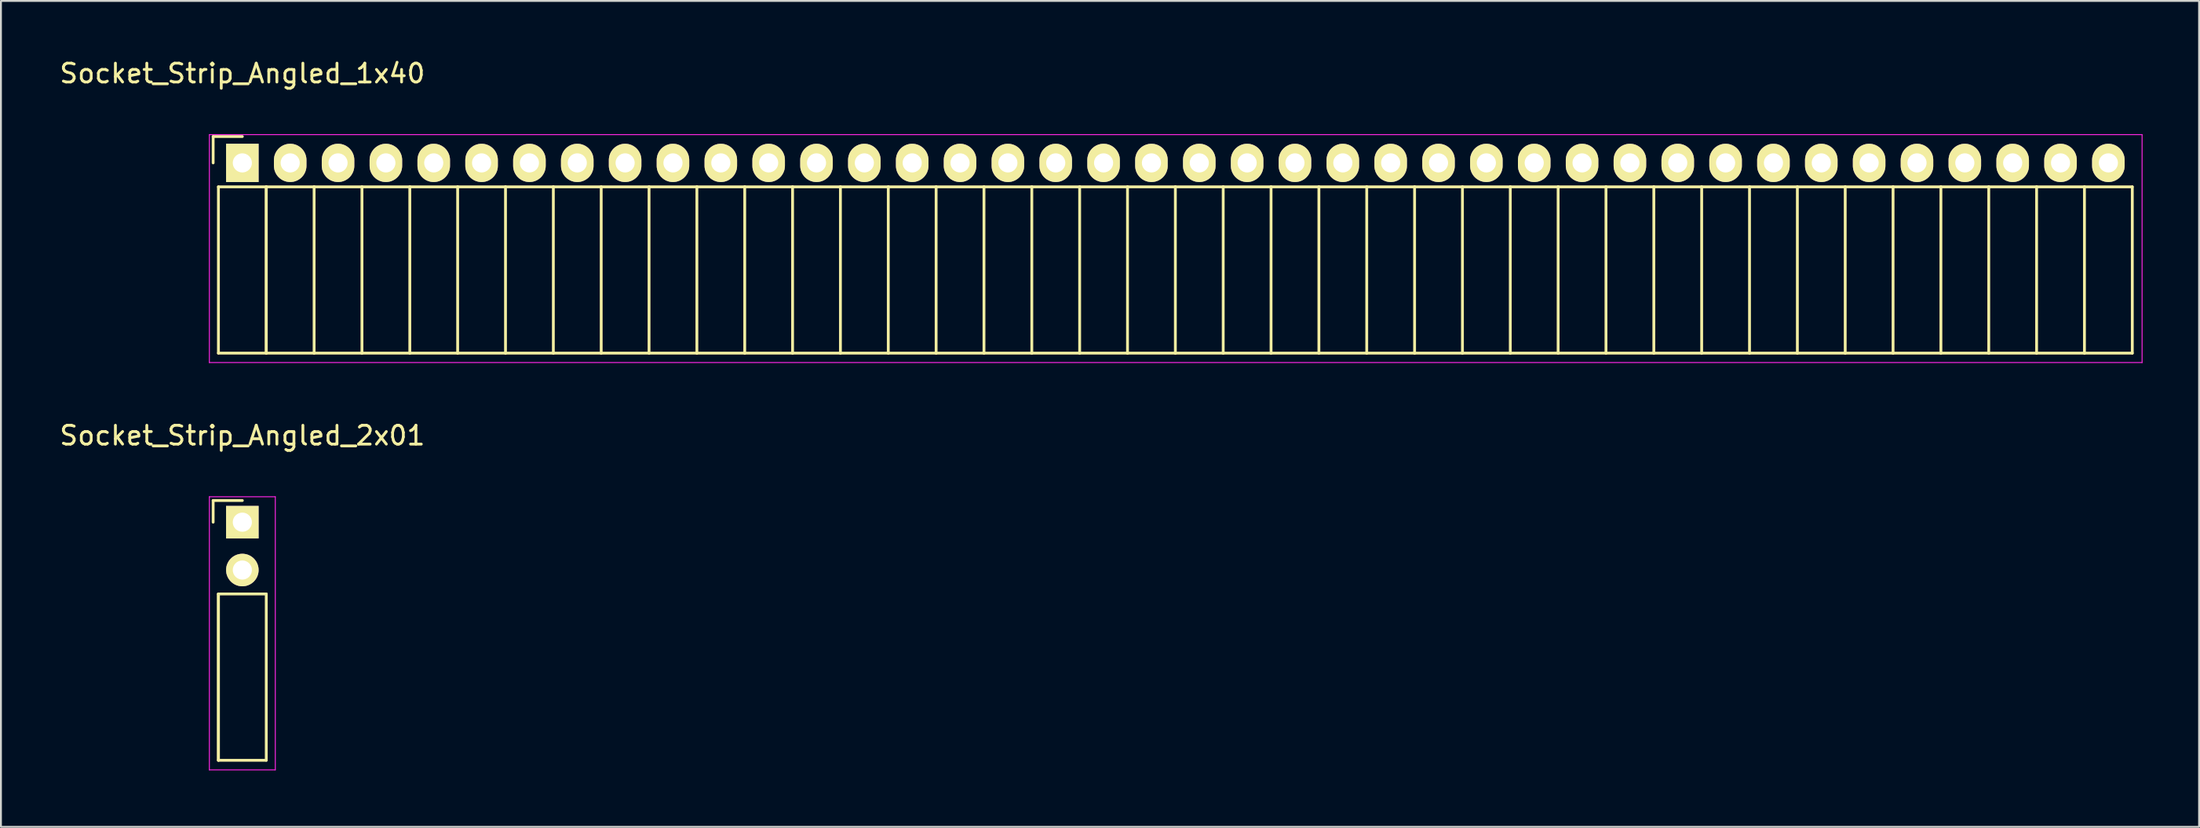
<source format=kicad_pcb>
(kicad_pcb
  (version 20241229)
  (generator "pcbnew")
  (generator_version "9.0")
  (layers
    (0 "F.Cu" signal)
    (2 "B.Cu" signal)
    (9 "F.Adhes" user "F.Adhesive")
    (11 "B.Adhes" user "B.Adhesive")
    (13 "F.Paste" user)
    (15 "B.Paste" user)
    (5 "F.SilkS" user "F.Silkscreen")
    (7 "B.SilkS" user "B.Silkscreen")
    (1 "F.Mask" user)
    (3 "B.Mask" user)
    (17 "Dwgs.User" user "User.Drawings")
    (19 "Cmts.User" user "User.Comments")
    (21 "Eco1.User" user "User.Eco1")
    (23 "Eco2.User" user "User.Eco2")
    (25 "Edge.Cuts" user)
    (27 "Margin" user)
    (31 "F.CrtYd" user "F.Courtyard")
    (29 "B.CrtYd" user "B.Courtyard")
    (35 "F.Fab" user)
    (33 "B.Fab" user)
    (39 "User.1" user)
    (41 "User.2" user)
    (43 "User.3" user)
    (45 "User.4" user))
  (footprint "Socket_Strip_Angled_2x01"
    (layer "F.Cu")
    (at 9.815 24.672)
    (property "Reference" "Socket_Strip_Angled_2x01" (at 0 -4.6 0) (layer "F.SilkS") (effects (font (size 1 1) (thickness 0.15))))
    (attr through_hole)
    (fp_line (start -1.55 -1.15) (end -1.55 0) (stroke (width 0.15) (type solid)) (layer "F.SilkS"))
    (fp_line (start -1.27 3.81) (end -1.27 12.64) (stroke (width 0.15) (type solid)) (layer "F.SilkS"))
    (fp_line (start -1.27 12.64) (end -1.27 3.81) (stroke (width 0.15) (type solid)) (layer "F.SilkS"))
    (fp_line (start 0 -1.15) (end -1.55 -1.15) (stroke (width 0.15) (type solid)) (layer "F.SilkS"))
    (fp_line (start 1.27 3.81) (end -1.27 3.81) (stroke (width 0.15) (type solid)) (layer "F.SilkS"))
    (fp_line (start 1.27 3.81) (end 1.27 12.64) (stroke (width 0.15) (type solid)) (layer "F.SilkS"))
    (fp_line (start 1.27 12.64) (end -1.27 12.64) (stroke (width 0.15) (type solid)) (layer "F.SilkS"))
    (fp_line (start -1.75 -1.35) (end -1.75 13.15) (stroke (width 0.05) (type solid)) (layer "F.CrtYd"))
    (fp_line (start -1.75 -1.35) (end 1.75 -1.35) (stroke (width 0.05) (type solid)) (layer "F.CrtYd"))
    (fp_line (start -1.75 13.15) (end 1.75 13.15) (stroke (width 0.05) (type solid)) (layer "F.CrtYd"))
    (fp_line (start 1.75 -1.35) (end 1.75 13.15) (stroke (width 0.05) (type solid)) (layer "F.CrtYd"))
    (pad "1" thru_hole rect (at 0 0) (size 1.727 1.727) (drill 1.016) (layers "*.Cu" "*.Mask" "F.SilkS"))
    (pad "2" thru_hole oval (at 0 2.54) (size 1.727 1.727) (drill 1.016) (layers "*.Cu" "*.Mask" "F.SilkS")))
  (footprint "Socket_Strip_Angled_1x40"
    (layer "F.Cu")
    (at 9.815 5.598)
    (property "Reference" "Socket_Strip_Angled_1x40" (at 0 -4.75 0) (layer "F.SilkS") (effects (font (size 1 1) (thickness 0.15))))
    (attr through_hole)
    (fp_line (start -1.55 -1.4) (end -1.55 0) (stroke (width 0.15) (type solid)) (layer "F.SilkS"))
    (fp_line (start -1.27 1.27) (end -1.27 10.1) (stroke (width 0.15) (type solid)) (layer "F.SilkS"))
    (fp_line (start -1.27 1.27) (end 1.27 1.27) (stroke (width 0.15) (type solid)) (layer "F.SilkS"))
    (fp_line (start -1.27 10.1) (end 1.27 10.1) (stroke (width 0.15) (type solid)) (layer "F.SilkS"))
    (fp_line (start 0 -1.4) (end -1.55 -1.4) (stroke (width 0.15) (type solid)) (layer "F.SilkS"))
    (fp_line (start 1.27 1.27) (end 1.27 10.1) (stroke (width 0.15) (type solid)) (layer "F.SilkS"))
    (fp_line (start 1.27 1.27) (end 3.81 1.27) (stroke (width 0.15) (type solid)) (layer "F.SilkS"))
    (fp_line (start 1.27 10.1) (end 1.27 1.27) (stroke (width 0.15) (type solid)) (layer "F.SilkS"))
    (fp_line (start 1.27 10.1) (end 3.81 10.1) (stroke (width 0.15) (type solid)) (layer "F.SilkS"))
    (fp_line (start 3.81 1.27) (end 6.35 1.27) (stroke (width 0.15) (type solid)) (layer "F.SilkS"))
    (fp_line (start 3.81 10.1) (end 3.81 1.27) (stroke (width 0.15) (type solid)) (layer "F.SilkS"))
    (fp_line (start 3.81 10.1) (end 6.35 10.1) (stroke (width 0.15) (type solid)) (layer "F.SilkS"))
    (fp_line (start 6.35 1.27) (end 8.89 1.27) (stroke (width 0.15) (type solid)) (layer "F.SilkS"))
    (fp_line (start 6.35 10.1) (end 6.35 1.27) (stroke (width 0.15) (type solid)) (layer "F.SilkS"))
    (fp_line (start 6.35 10.1) (end 8.89 10.1) (stroke (width 0.15) (type solid)) (layer "F.SilkS"))
    (fp_line (start 8.89 1.27) (end 11.43 1.27) (stroke (width 0.15) (type solid)) (layer "F.SilkS"))
    (fp_line (start 8.89 10.1) (end 8.89 1.27) (stroke (width 0.15) (type solid)) (layer "F.SilkS"))
    (fp_line (start 8.89 10.1) (end 11.43 10.1) (stroke (width 0.15) (type solid)) (layer "F.SilkS"))
    (fp_line (start 11.43 1.27) (end 13.97 1.27) (stroke (width 0.15) (type solid)) (layer "F.SilkS"))
    (fp_line (start 11.43 10.1) (end 11.43 1.27) (stroke (width 0.15) (type solid)) (layer "F.SilkS"))
    (fp_line (start 11.43 10.1) (end 13.97 10.1) (stroke (width 0.15) (type solid)) (layer "F.SilkS"))
    (fp_line (start 13.97 1.27) (end 16.51 1.27) (stroke (width 0.15) (type solid)) (layer "F.SilkS"))
    (fp_line (start 13.97 10.1) (end 13.97 1.27) (stroke (width 0.15) (type solid)) (layer "F.SilkS"))
    (fp_line (start 13.97 10.1) (end 16.51 10.1) (stroke (width 0.15) (type solid)) (layer "F.SilkS"))
    (fp_line (start 16.51 1.27) (end 19.05 1.27) (stroke (width 0.15) (type solid)) (layer "F.SilkS"))
    (fp_line (start 16.51 10.1) (end 16.51 1.27) (stroke (width 0.15) (type solid)) (layer "F.SilkS"))
    (fp_line (start 16.51 10.1) (end 19.05 10.1) (stroke (width 0.15) (type solid)) (layer "F.SilkS"))
    (fp_line (start 19.05 1.27) (end 21.59 1.27) (stroke (width 0.15) (type solid)) (layer "F.SilkS"))
    (fp_line (start 19.05 10.1) (end 19.05 1.27) (stroke (width 0.15) (type solid)) (layer "F.SilkS"))
    (fp_line (start 19.05 10.1) (end 21.59 10.1) (stroke (width 0.15) (type solid)) (layer "F.SilkS"))
    (fp_line (start 21.59 1.27) (end 24.13 1.27) (stroke (width 0.15) (type solid)) (layer "F.SilkS"))
    (fp_line (start 21.59 10.1) (end 21.59 1.27) (stroke (width 0.15) (type solid)) (layer "F.SilkS"))
    (fp_line (start 21.59 10.1) (end 24.13 10.1) (stroke (width 0.15) (type solid)) (layer "F.SilkS"))
    (fp_line (start 24.13 1.27) (end 26.67 1.27) (stroke (width 0.15) (type solid)) (layer "F.SilkS"))
    (fp_line (start 24.13 10.1) (end 24.13 1.27) (stroke (width 0.15) (type solid)) (layer "F.SilkS"))
    (fp_line (start 24.13 10.1) (end 26.67 10.1) (stroke (width 0.15) (type solid)) (layer "F.SilkS"))
    (fp_line (start 26.67 1.27) (end 29.21 1.27) (stroke (width 0.15) (type solid)) (layer "F.SilkS"))
    (fp_line (start 26.67 10.1) (end 26.67 1.27) (stroke (width 0.15) (type solid)) (layer "F.SilkS"))
    (fp_line (start 26.67 10.1) (end 29.21 10.1) (stroke (width 0.15) (type solid)) (layer "F.SilkS"))
    (fp_line (start 29.21 1.27) (end 31.75 1.27) (stroke (width 0.15) (type solid)) (layer "F.SilkS"))
    (fp_line (start 29.21 10.1) (end 29.21 1.27) (stroke (width 0.15) (type solid)) (layer "F.SilkS"))
    (fp_line (start 29.21 10.1) (end 31.75 10.1) (stroke (width 0.15) (type solid)) (layer "F.SilkS"))
    (fp_line (start 31.75 1.27) (end 34.29 1.27) (stroke (width 0.15) (type solid)) (layer "F.SilkS"))
    (fp_line (start 31.75 10.1) (end 31.75 1.27) (stroke (width 0.15) (type solid)) (layer "F.SilkS"))
    (fp_line (start 31.75 10.1) (end 34.29 10.1) (stroke (width 0.15) (type solid)) (layer "F.SilkS"))
    (fp_line (start 34.29 1.27) (end 36.83 1.27) (stroke (width 0.15) (type solid)) (layer "F.SilkS"))
    (fp_line (start 34.29 10.1) (end 34.29 1.27) (stroke (width 0.15) (type solid)) (layer "F.SilkS"))
    (fp_line (start 34.29 10.1) (end 36.83 10.1) (stroke (width 0.15) (type solid)) (layer "F.SilkS"))
    (fp_line (start 36.83 1.27) (end 39.37 1.27) (stroke (width 0.15) (type solid)) (layer "F.SilkS"))
    (fp_line (start 36.83 10.1) (end 36.83 1.27) (stroke (width 0.15) (type solid)) (layer "F.SilkS"))
    (fp_line (start 36.83 10.1) (end 39.37 10.1) (stroke (width 0.15) (type solid)) (layer "F.SilkS"))
    (fp_line (start 39.37 1.27) (end 41.91 1.27) (stroke (width 0.15) (type solid)) (layer "F.SilkS"))
    (fp_line (start 39.37 10.1) (end 39.37 1.27) (stroke (width 0.15) (type solid)) (layer "F.SilkS"))
    (fp_line (start 39.37 10.1) (end 41.91 10.1) (stroke (width 0.15) (type solid)) (layer "F.SilkS"))
    (fp_line (start 41.91 1.27) (end 44.45 1.27) (stroke (width 0.15) (type solid)) (layer "F.SilkS"))
    (fp_line (start 41.91 10.1) (end 41.91 1.27) (stroke (width 0.15) (type solid)) (layer "F.SilkS"))
    (fp_line (start 41.91 10.1) (end 44.45 10.1) (stroke (width 0.15) (type solid)) (layer "F.SilkS"))
    (fp_line (start 44.45 1.27) (end 46.99 1.27) (stroke (width 0.15) (type solid)) (layer "F.SilkS"))
    (fp_line (start 44.45 10.1) (end 44.45 1.27) (stroke (width 0.15) (type solid)) (layer "F.SilkS"))
    (fp_line (start 44.45 10.1) (end 46.99 10.1) (stroke (width 0.15) (type solid)) (layer "F.SilkS"))
    (fp_line (start 46.99 1.27) (end 49.53 1.27) (stroke (width 0.15) (type solid)) (layer "F.SilkS"))
    (fp_line (start 46.99 10.1) (end 46.99 1.27) (stroke (width 0.15) (type solid)) (layer "F.SilkS"))
    (fp_line (start 46.99 10.1) (end 49.53 10.1) (stroke (width 0.15) (type solid)) (layer "F.SilkS"))
    (fp_line (start 49.53 1.27) (end 52.07 1.27) (stroke (width 0.15) (type solid)) (layer "F.SilkS"))
    (fp_line (start 49.53 10.1) (end 49.53 1.27) (stroke (width 0.15) (type solid)) (layer "F.SilkS"))
    (fp_line (start 49.53 10.1) (end 52.07 10.1) (stroke (width 0.15) (type solid)) (layer "F.SilkS"))
    (fp_line (start 52.07 1.27) (end 54.61 1.27) (stroke (width 0.15) (type solid)) (layer "F.SilkS"))
    (fp_line (start 52.07 10.1) (end 52.07 1.27) (stroke (width 0.15) (type solid)) (layer "F.SilkS"))
    (fp_line (start 52.07 10.1) (end 54.61 10.1) (stroke (width 0.15) (type solid)) (layer "F.SilkS"))
    (fp_line (start 54.61 1.27) (end 57.15 1.27) (stroke (width 0.15) (type solid)) (layer "F.SilkS"))
    (fp_line (start 54.61 10.1) (end 54.61 1.27) (stroke (width 0.15) (type solid)) (layer "F.SilkS"))
    (fp_line (start 54.61 10.1) (end 57.15 10.1) (stroke (width 0.15) (type solid)) (layer "F.SilkS"))
    (fp_line (start 57.15 1.27) (end 59.69 1.27) (stroke (width 0.15) (type solid)) (layer "F.SilkS"))
    (fp_line (start 57.15 10.1) (end 57.15 1.27) (stroke (width 0.15) (type solid)) (layer "F.SilkS"))
    (fp_line (start 57.15 10.1) (end 59.69 10.1) (stroke (width 0.15) (type solid)) (layer "F.SilkS"))
    (fp_line (start 59.69 1.27) (end 62.23 1.27) (stroke (width 0.15) (type solid)) (layer "F.SilkS"))
    (fp_line (start 59.69 10.1) (end 59.69 1.27) (stroke (width 0.15) (type solid)) (layer "F.SilkS"))
    (fp_line (start 59.69 10.1) (end 62.23 10.1) (stroke (width 0.15) (type solid)) (layer "F.SilkS"))
    (fp_line (start 62.23 1.27) (end 64.77 1.27) (stroke (width 0.15) (type solid)) (layer "F.SilkS"))
    (fp_line (start 62.23 10.1) (end 62.23 1.27) (stroke (width 0.15) (type solid)) (layer "F.SilkS"))
    (fp_line (start 62.23 10.1) (end 64.77 10.1) (stroke (width 0.15) (type solid)) (layer "F.SilkS"))
    (fp_line (start 64.77 1.27) (end 67.31 1.27) (stroke (width 0.15) (type solid)) (layer "F.SilkS"))
    (fp_line (start 64.77 10.1) (end 64.77 1.27) (stroke (width 0.15) (type solid)) (layer "F.SilkS"))
    (fp_line (start 64.77 10.1) (end 67.31 10.1) (stroke (width 0.15) (type solid)) (layer "F.SilkS"))
    (fp_line (start 67.31 1.27) (end 69.85 1.27) (stroke (width 0.15) (type solid)) (layer "F.SilkS"))
    (fp_line (start 67.31 10.1) (end 67.31 1.27) (stroke (width 0.15) (type solid)) (layer "F.SilkS"))
    (fp_line (start 67.31 10.1) (end 69.85 10.1) (stroke (width 0.15) (type solid)) (layer "F.SilkS"))
    (fp_line (start 69.85 1.27) (end 72.39 1.27) (stroke (width 0.15) (type solid)) (layer "F.SilkS"))
    (fp_line (start 69.85 10.1) (end 69.85 1.27) (stroke (width 0.15) (type solid)) (layer "F.SilkS"))
    (fp_line (start 69.85 10.1) (end 72.39 10.1) (stroke (width 0.15) (type solid)) (layer "F.SilkS"))
    (fp_line (start 72.39 1.27) (end 74.93 1.27) (stroke (width 0.15) (type solid)) (layer "F.SilkS"))
    (fp_line (start 72.39 10.1) (end 72.39 1.27) (stroke (width 0.15) (type solid)) (layer "F.SilkS"))
    (fp_line (start 72.39 10.1) (end 74.93 10.1) (stroke (width 0.15) (type solid)) (layer "F.SilkS"))
    (fp_line (start 74.93 1.27) (end 77.47 1.27) (stroke (width 0.15) (type solid)) (layer "F.SilkS"))
    (fp_line (start 74.93 10.1) (end 74.93 1.27) (stroke (width 0.15) (type solid)) (layer "F.SilkS"))
    (fp_line (start 74.93 10.1) (end 77.47 10.1) (stroke (width 0.15) (type solid)) (layer "F.SilkS"))
    (fp_line (start 77.47 1.27) (end 80.01 1.27) (stroke (width 0.15) (type solid)) (layer "F.SilkS"))
    (fp_line (start 77.47 10.1) (end 77.47 1.27) (stroke (width 0.15) (type solid)) (layer "F.SilkS"))
    (fp_line (start 77.47 10.1) (end 80.01 10.1) (stroke (width 0.15) (type solid)) (layer "F.SilkS"))
    (fp_line (start 80.01 1.27) (end 82.55 1.27) (stroke (width 0.15) (type solid)) (layer "F.SilkS"))
    (fp_line (start 80.01 10.1) (end 80.01 1.27) (stroke (width 0.15) (type solid)) (layer "F.SilkS"))
    (fp_line (start 80.01 10.1) (end 82.55 10.1) (stroke (width 0.15) (type solid)) (layer "F.SilkS"))
    (fp_line (start 82.55 1.27) (end 85.09 1.27) (stroke (width 0.15) (type solid)) (layer "F.SilkS"))
    (fp_line (start 82.55 10.1) (end 82.55 1.27) (stroke (width 0.15) (type solid)) (layer "F.SilkS"))
    (fp_line (start 82.55 10.1) (end 85.09 10.1) (stroke (width 0.15) (type solid)) (layer "F.SilkS"))
    (fp_line (start 85.09 1.27) (end 87.63 1.27) (stroke (width 0.15) (type solid)) (layer "F.SilkS"))
    (fp_line (start 85.09 10.1) (end 85.09 1.27) (stroke (width 0.15) (type solid)) (layer "F.SilkS"))
    (fp_line (start 85.09 10.1) (end 87.63 10.1) (stroke (width 0.15) (type solid)) (layer "F.SilkS"))
    (fp_line (start 87.63 1.27) (end 90.17 1.27) (stroke (width 0.15) (type solid)) (layer "F.SilkS"))
    (fp_line (start 87.63 10.1) (end 87.63 1.27) (stroke (width 0.15) (type solid)) (layer "F.SilkS"))
    (fp_line (start 87.63 10.1) (end 90.17 10.1) (stroke (width 0.15) (type solid)) (layer "F.SilkS"))
    (fp_line (start 90.17 1.27) (end 92.71 1.27) (stroke (width 0.15) (type solid)) (layer "F.SilkS"))
    (fp_line (start 90.17 10.1) (end 90.17 1.27) (stroke (width 0.15) (type solid)) (layer "F.SilkS"))
    (fp_line (start 90.17 10.1) (end 92.71 10.1) (stroke (width 0.15) (type solid)) (layer "F.SilkS"))
    (fp_line (start 92.71 1.27) (end 95.25 1.27) (stroke (width 0.15) (type solid)) (layer "F.SilkS"))
    (fp_line (start 92.71 10.1) (end 92.71 1.27) (stroke (width 0.15) (type solid)) (layer "F.SilkS"))
    (fp_line (start 92.71 10.1) (end 95.25 10.1) (stroke (width 0.15) (type solid)) (layer "F.SilkS"))
    (fp_line (start 95.25 1.27) (end 97.79 1.27) (stroke (width 0.15) (type solid)) (layer "F.SilkS"))
    (fp_line (start 95.25 10.1) (end 95.25 1.27) (stroke (width 0.15) (type solid)) (layer "F.SilkS"))
    (fp_line (start 95.25 10.1) (end 97.79 10.1) (stroke (width 0.15) (type solid)) (layer "F.SilkS"))
    (fp_line (start 97.79 1.27) (end 100.33 1.27) (stroke (width 0.15) (type solid)) (layer "F.SilkS"))
    (fp_line (start 97.79 10.1) (end 97.79 1.27) (stroke (width 0.15) (type solid)) (layer "F.SilkS"))
    (fp_line (start 97.79 10.1) (end 100.33 10.1) (stroke (width 0.15) (type solid)) (layer "F.SilkS"))
    (fp_line (start 100.33 10.1) (end 100.33 1.27) (stroke (width 0.15) (type solid)) (layer "F.SilkS"))
    (fp_line (start -1.75 -1.5) (end -1.75 10.6) (stroke (width 0.05) (type solid)) (layer "F.CrtYd"))
    (fp_line (start -1.75 -1.5) (end 100.85 -1.5) (stroke (width 0.05) (type solid)) (layer "F.CrtYd"))
    (fp_line (start -1.75 10.6) (end 100.85 10.6) (stroke (width 0.05) (type solid)) (layer "F.CrtYd"))
    (fp_line (start 100.85 -1.5) (end 100.85 10.6) (stroke (width 0.05) (type solid)) (layer "F.CrtYd"))
    (pad "1" thru_hole rect (at 0 0) (size 1.727 2.032) (drill 1.016) (layers "*.Cu" "*.Mask" "F.SilkS"))
    (pad "2" thru_hole oval (at 2.54 0) (size 1.727 2.032) (drill 1.016) (layers "*.Cu" "*.Mask" "F.SilkS"))
    (pad "3" thru_hole oval (at 5.08 0) (size 1.727 2.032) (drill 1.016) (layers "*.Cu" "*.Mask" "F.SilkS"))
    (pad "4" thru_hole oval (at 7.62 0) (size 1.727 2.032) (drill 1.016) (layers "*.Cu" "*.Mask" "F.SilkS"))
    (pad "5" thru_hole oval (at 10.16 0) (size 1.727 2.032) (drill 1.016) (layers "*.Cu" "*.Mask" "F.SilkS"))
    (pad "6" thru_hole oval (at 12.7 0) (size 1.727 2.032) (drill 1.016) (layers "*.Cu" "*.Mask" "F.SilkS"))
    (pad "7" thru_hole oval (at 15.24 0) (size 1.727 2.032) (drill 1.016) (layers "*.Cu" "*.Mask" "F.SilkS"))
    (pad "8" thru_hole oval (at 17.78 0) (size 1.727 2.032) (drill 1.016) (layers "*.Cu" "*.Mask" "F.SilkS"))
    (pad "9" thru_hole oval (at 20.32 0) (size 1.727 2.032) (drill 1.016) (layers "*.Cu" "*.Mask" "F.SilkS"))
    (pad "10" thru_hole oval (at 22.86 0) (size 1.727 2.032) (drill 1.016) (layers "*.Cu" "*.Mask" "F.SilkS"))
    (pad "11" thru_hole oval (at 25.4 0) (size 1.727 2.032) (drill 1.016) (layers "*.Cu" "*.Mask" "F.SilkS"))
    (pad "12" thru_hole oval (at 27.94 0) (size 1.727 2.032) (drill 1.016) (layers "*.Cu" "*.Mask" "F.SilkS"))
    (pad "13" thru_hole oval (at 30.48 0) (size 1.727 2.032) (drill 1.016) (layers "*.Cu" "*.Mask" "F.SilkS"))
    (pad "14" thru_hole oval (at 33.02 0) (size 1.727 2.032) (drill 1.016) (layers "*.Cu" "*.Mask" "F.SilkS"))
    (pad "15" thru_hole oval (at 35.56 0) (size 1.727 2.032) (drill 1.016) (layers "*.Cu" "*.Mask" "F.SilkS"))
    (pad "16" thru_hole oval (at 38.1 0) (size 1.727 2.032) (drill 1.016) (layers "*.Cu" "*.Mask" "F.SilkS"))
    (pad "17" thru_hole oval (at 40.64 0) (size 1.727 2.032) (drill 1.016) (layers "*.Cu" "*.Mask" "F.SilkS"))
    (pad "18" thru_hole oval (at 43.18 0) (size 1.727 2.032) (drill 1.016) (layers "*.Cu" "*.Mask" "F.SilkS"))
    (pad "19" thru_hole oval (at 45.72 0) (size 1.727 2.032) (drill 1.016) (layers "*.Cu" "*.Mask" "F.SilkS"))
    (pad "20" thru_hole oval (at 48.26 0) (size 1.727 2.032) (drill 1.016) (layers "*.Cu" "*.Mask" "F.SilkS"))
    (pad "21" thru_hole oval (at 50.8 0) (size 1.727 2.032) (drill 1.016) (layers "*.Cu" "*.Mask" "F.SilkS"))
    (pad "22" thru_hole oval (at 53.34 0) (size 1.727 2.032) (drill 1.016) (layers "*.Cu" "*.Mask" "F.SilkS"))
    (pad "23" thru_hole oval (at 55.88 0) (size 1.727 2.032) (drill 1.016) (layers "*.Cu" "*.Mask" "F.SilkS"))
    (pad "24" thru_hole oval (at 58.42 0) (size 1.727 2.032) (drill 1.016) (layers "*.Cu" "*.Mask" "F.SilkS"))
    (pad "25" thru_hole oval (at 60.96 0) (size 1.727 2.032) (drill 1.016) (layers "*.Cu" "*.Mask" "F.SilkS"))
    (pad "26" thru_hole oval (at 63.5 0) (size 1.727 2.032) (drill 1.016) (layers "*.Cu" "*.Mask" "F.SilkS"))
    (pad "27" thru_hole oval (at 66.04 0) (size 1.727 2.032) (drill 1.016) (layers "*.Cu" "*.Mask" "F.SilkS"))
    (pad "28" thru_hole oval (at 68.58 0) (size 1.727 2.032) (drill 1.016) (layers "*.Cu" "*.Mask" "F.SilkS"))
    (pad "29" thru_hole oval (at 71.12 0) (size 1.727 2.032) (drill 1.016) (layers "*.Cu" "*.Mask" "F.SilkS"))
    (pad "30" thru_hole oval (at 73.66 0) (size 1.727 2.032) (drill 1.016) (layers "*.Cu" "*.Mask" "F.SilkS"))
    (pad "31" thru_hole oval (at 76.2 0) (size 1.727 2.032) (drill 1.016) (layers "*.Cu" "*.Mask" "F.SilkS"))
    (pad "32" thru_hole oval (at 78.74 0) (size 1.727 2.032) (drill 1.016) (layers "*.Cu" "*.Mask" "F.SilkS"))
    (pad "33" thru_hole oval (at 81.28 0) (size 1.727 2.032) (drill 1.016) (layers "*.Cu" "*.Mask" "F.SilkS"))
    (pad "34" thru_hole oval (at 83.82 0) (size 1.727 2.032) (drill 1.016) (layers "*.Cu" "*.Mask" "F.SilkS"))
    (pad "35" thru_hole oval (at 86.36 0) (size 1.727 2.032) (drill 1.016) (layers "*.Cu" "*.Mask" "F.SilkS"))
    (pad "36" thru_hole oval (at 88.9 0) (size 1.727 2.032) (drill 1.016) (layers "*.Cu" "*.Mask" "F.SilkS"))
    (pad "37" thru_hole oval (at 91.44 0) (size 1.727 2.032) (drill 1.016) (layers "*.Cu" "*.Mask" "F.SilkS"))
    (pad "38" thru_hole oval (at 93.98 0) (size 1.727 2.032) (drill 1.016) (layers "*.Cu" "*.Mask" "F.SilkS"))
    (pad "39" thru_hole oval (at 96.52 0) (size 1.727 2.032) (drill 1.016) (layers "*.Cu" "*.Mask" "F.SilkS"))
    (pad "40" thru_hole oval (at 99.06 0) (size 1.727 2.032) (drill 1.016) (layers "*.Cu" "*.Mask" "F.SilkS")))
  (gr_rect
    (start -3 -3)
    (end 113.69 40.846)
    (stroke (width 0.1) (type default))
    (fill no)
    (layer "Edge.Cuts")))
</source>
